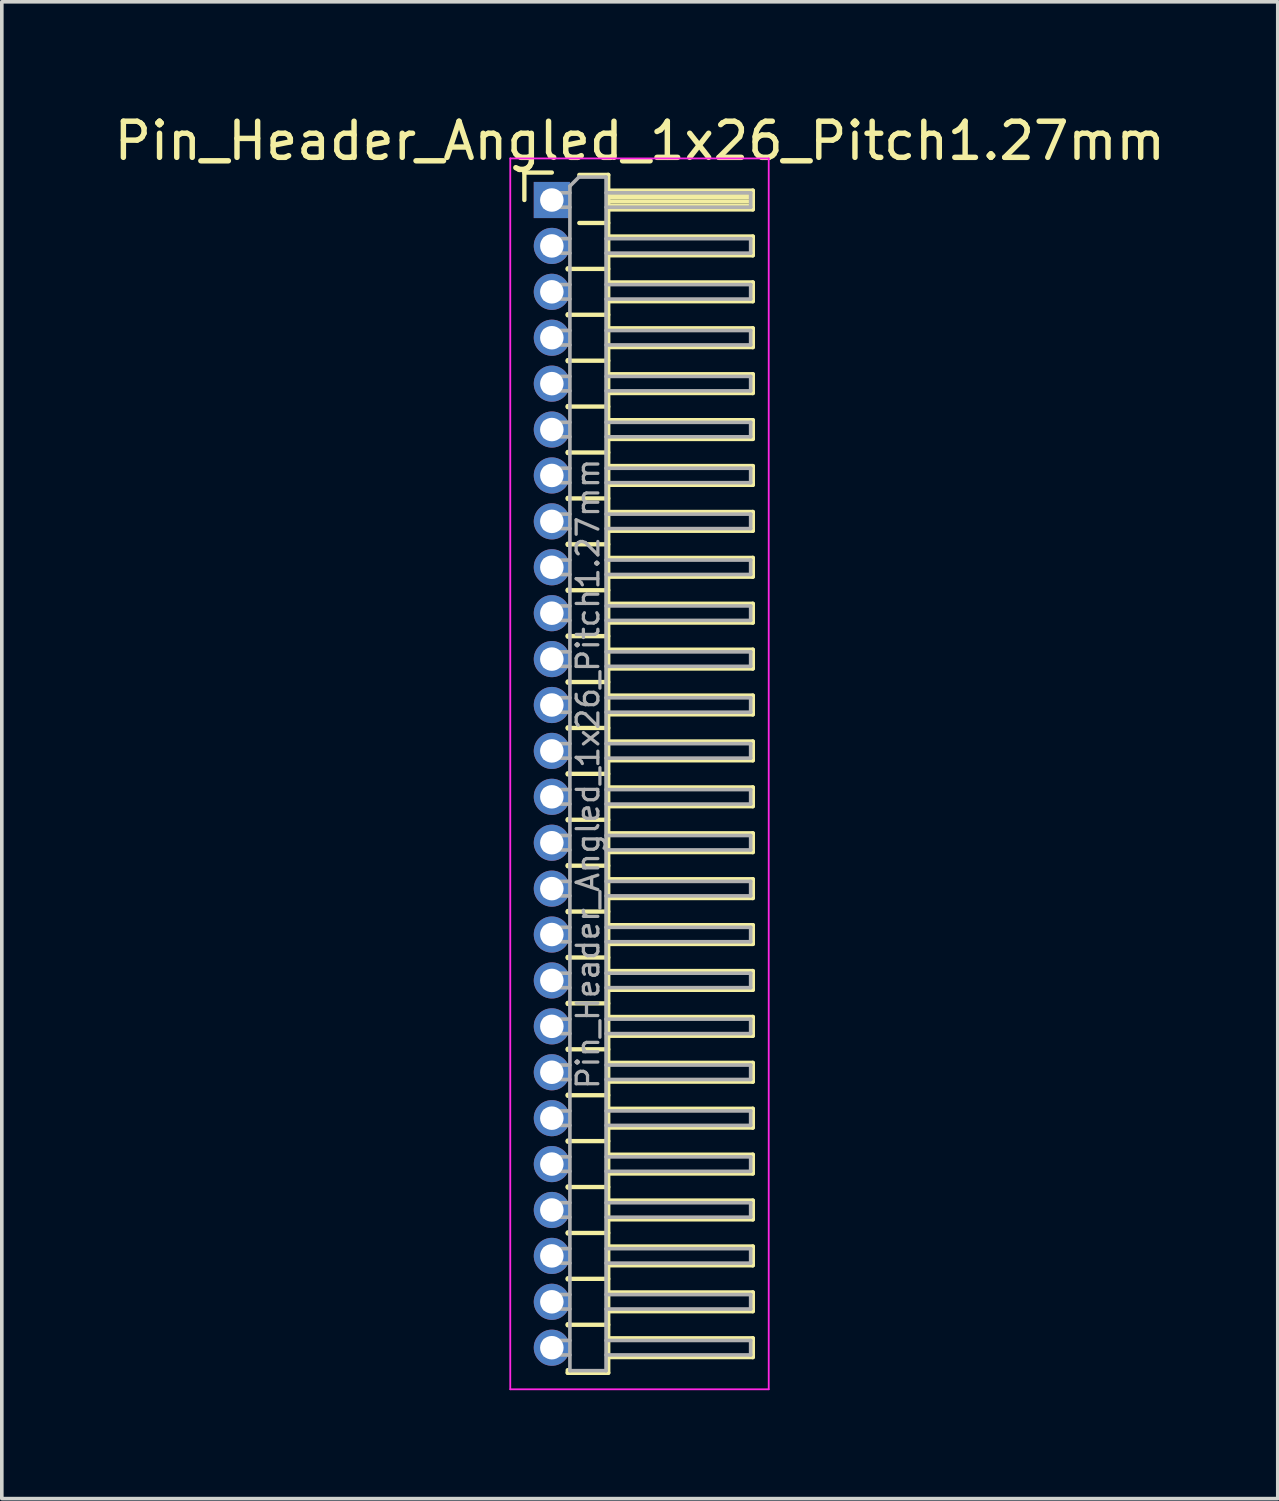
<source format=kicad_pcb>
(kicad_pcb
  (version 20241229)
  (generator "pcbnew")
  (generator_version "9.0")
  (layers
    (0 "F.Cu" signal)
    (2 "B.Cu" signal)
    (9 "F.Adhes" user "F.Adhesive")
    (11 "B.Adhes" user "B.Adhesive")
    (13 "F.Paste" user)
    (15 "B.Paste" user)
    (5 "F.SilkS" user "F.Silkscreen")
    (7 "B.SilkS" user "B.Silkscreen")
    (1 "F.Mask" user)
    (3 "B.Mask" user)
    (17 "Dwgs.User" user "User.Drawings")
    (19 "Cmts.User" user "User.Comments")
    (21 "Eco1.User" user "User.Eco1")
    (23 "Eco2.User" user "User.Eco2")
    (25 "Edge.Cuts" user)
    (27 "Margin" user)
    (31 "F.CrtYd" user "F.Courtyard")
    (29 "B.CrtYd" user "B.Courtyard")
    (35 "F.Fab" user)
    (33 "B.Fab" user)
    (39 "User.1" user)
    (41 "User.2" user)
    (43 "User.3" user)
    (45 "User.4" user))
  (footprint "Pin_Header_Angled_1x26_Pitch1.27mm"
    (layer "F.Cu")
    (at 12.216 2.483)
    (property "Reference" "Pin_Header_Angled_1x26_Pitch1.27mm" (at 2.433 -1.635 0) (layer "F.SilkS") (effects (font (size 1 1) (thickness 0.15))))
    (attr through_hole)
    (fp_line (start -0.76 -0.76) (end 0 -0.76) (stroke (width 0.12) (type solid)) (layer "F.SilkS"))
    (fp_line (start -0.76 0) (end -0.76 -0.76) (stroke (width 0.12) (type solid)) (layer "F.SilkS"))
    (fp_line (start 0.44 1.89) (end 0.44 1.92) (stroke (width 0.12) (type solid)) (layer "F.SilkS"))
    (fp_line (start 0.44 1.905) (end 1.56 1.905) (stroke (width 0.12) (type solid)) (layer "F.SilkS"))
    (fp_line (start 0.44 3.16) (end 0.44 3.19) (stroke (width 0.12) (type solid)) (layer "F.SilkS"))
    (fp_line (start 0.44 3.175) (end 1.56 3.175) (stroke (width 0.12) (type solid)) (layer "F.SilkS"))
    (fp_line (start 0.44 4.43) (end 0.44 4.46) (stroke (width 0.12) (type solid)) (layer "F.SilkS"))
    (fp_line (start 0.44 4.445) (end 1.56 4.445) (stroke (width 0.12) (type solid)) (layer "F.SilkS"))
    (fp_line (start 0.44 5.7) (end 0.44 5.73) (stroke (width 0.12) (type solid)) (layer "F.SilkS"))
    (fp_line (start 0.44 5.715) (end 1.56 5.715) (stroke (width 0.12) (type solid)) (layer "F.SilkS"))
    (fp_line (start 0.44 6.97) (end 0.44 7) (stroke (width 0.12) (type solid)) (layer "F.SilkS"))
    (fp_line (start 0.44 6.985) (end 1.56 6.985) (stroke (width 0.12) (type solid)) (layer "F.SilkS"))
    (fp_line (start 0.44 8.24) (end 0.44 8.27) (stroke (width 0.12) (type solid)) (layer "F.SilkS"))
    (fp_line (start 0.44 8.255) (end 1.56 8.255) (stroke (width 0.12) (type solid)) (layer "F.SilkS"))
    (fp_line (start 0.44 9.51) (end 0.44 9.54) (stroke (width 0.12) (type solid)) (layer "F.SilkS"))
    (fp_line (start 0.44 9.525) (end 1.56 9.525) (stroke (width 0.12) (type solid)) (layer "F.SilkS"))
    (fp_line (start 0.44 10.78) (end 0.44 10.81) (stroke (width 0.12) (type solid)) (layer "F.SilkS"))
    (fp_line (start 0.44 10.795) (end 1.56 10.795) (stroke (width 0.12) (type solid)) (layer "F.SilkS"))
    (fp_line (start 0.44 12.05) (end 0.44 12.08) (stroke (width 0.12) (type solid)) (layer "F.SilkS"))
    (fp_line (start 0.44 12.065) (end 1.56 12.065) (stroke (width 0.12) (type solid)) (layer "F.SilkS"))
    (fp_line (start 0.44 13.32) (end 0.44 13.35) (stroke (width 0.12) (type solid)) (layer "F.SilkS"))
    (fp_line (start 0.44 13.335) (end 1.56 13.335) (stroke (width 0.12) (type solid)) (layer "F.SilkS"))
    (fp_line (start 0.44 14.59) (end 0.44 14.62) (stroke (width 0.12) (type solid)) (layer "F.SilkS"))
    (fp_line (start 0.44 14.605) (end 1.56 14.605) (stroke (width 0.12) (type solid)) (layer "F.SilkS"))
    (fp_line (start 0.44 15.86) (end 0.44 15.89) (stroke (width 0.12) (type solid)) (layer "F.SilkS"))
    (fp_line (start 0.44 15.875) (end 1.56 15.875) (stroke (width 0.12) (type solid)) (layer "F.SilkS"))
    (fp_line (start 0.44 17.13) (end 0.44 17.16) (stroke (width 0.12) (type solid)) (layer "F.SilkS"))
    (fp_line (start 0.44 17.145) (end 1.56 17.145) (stroke (width 0.12) (type solid)) (layer "F.SilkS"))
    (fp_line (start 0.44 18.4) (end 0.44 18.43) (stroke (width 0.12) (type solid)) (layer "F.SilkS"))
    (fp_line (start 0.44 18.415) (end 1.56 18.415) (stroke (width 0.12) (type solid)) (layer "F.SilkS"))
    (fp_line (start 0.44 19.67) (end 0.44 19.7) (stroke (width 0.12) (type solid)) (layer "F.SilkS"))
    (fp_line (start 0.44 19.685) (end 1.56 19.685) (stroke (width 0.12) (type solid)) (layer "F.SilkS"))
    (fp_line (start 0.44 20.94) (end 0.44 20.97) (stroke (width 0.12) (type solid)) (layer "F.SilkS"))
    (fp_line (start 0.44 20.955) (end 1.56 20.955) (stroke (width 0.12) (type solid)) (layer "F.SilkS"))
    (fp_line (start 0.44 22.21) (end 0.44 22.24) (stroke (width 0.12) (type solid)) (layer "F.SilkS"))
    (fp_line (start 0.44 22.225) (end 1.56 22.225) (stroke (width 0.12) (type solid)) (layer "F.SilkS"))
    (fp_line (start 0.44 23.48) (end 0.44 23.51) (stroke (width 0.12) (type solid)) (layer "F.SilkS"))
    (fp_line (start 0.44 23.495) (end 1.56 23.495) (stroke (width 0.12) (type solid)) (layer "F.SilkS"))
    (fp_line (start 0.44 24.75) (end 0.44 24.78) (stroke (width 0.12) (type solid)) (layer "F.SilkS"))
    (fp_line (start 0.44 24.765) (end 1.56 24.765) (stroke (width 0.12) (type solid)) (layer "F.SilkS"))
    (fp_line (start 0.44 26.02) (end 0.44 26.05) (stroke (width 0.12) (type solid)) (layer "F.SilkS"))
    (fp_line (start 0.44 26.035) (end 1.56 26.035) (stroke (width 0.12) (type solid)) (layer "F.SilkS"))
    (fp_line (start 0.44 27.29) (end 0.44 27.32) (stroke (width 0.12) (type solid)) (layer "F.SilkS"))
    (fp_line (start 0.44 27.305) (end 1.56 27.305) (stroke (width 0.12) (type solid)) (layer "F.SilkS"))
    (fp_line (start 0.44 28.56) (end 0.44 28.59) (stroke (width 0.12) (type solid)) (layer "F.SilkS"))
    (fp_line (start 0.44 28.575) (end 1.56 28.575) (stroke (width 0.12) (type solid)) (layer "F.SilkS"))
    (fp_line (start 0.44 29.83) (end 0.44 29.86) (stroke (width 0.12) (type solid)) (layer "F.SilkS"))
    (fp_line (start 0.44 29.845) (end 1.56 29.845) (stroke (width 0.12) (type solid)) (layer "F.SilkS"))
    (fp_line (start 0.44 31.1) (end 0.44 31.13) (stroke (width 0.12) (type solid)) (layer "F.SilkS"))
    (fp_line (start 0.44 31.115) (end 1.56 31.115) (stroke (width 0.12) (type solid)) (layer "F.SilkS"))
    (fp_line (start 0.44 32.445) (end 0.44 32.37) (stroke (width 0.12) (type solid)) (layer "F.SilkS"))
    (fp_line (start 0.76 -0.695) (end 1.56 -0.695) (stroke (width 0.12) (type solid)) (layer "F.SilkS"))
    (fp_line (start 0.76 0.635) (end 1.56 0.635) (stroke (width 0.12) (type solid)) (layer "F.SilkS"))
    (fp_line (start 1.56 -0.695) (end 1.56 32.445) (stroke (width 0.12) (type solid)) (layer "F.SilkS"))
    (fp_line (start 1.56 -0.26) (end 5.56 -0.26) (stroke (width 0.12) (type solid)) (layer "F.SilkS"))
    (fp_line (start 1.56 -0.2) (end 5.56 -0.2) (stroke (width 0.12) (type solid)) (layer "F.SilkS"))
    (fp_line (start 1.56 -0.08) (end 5.56 -0.08) (stroke (width 0.12) (type solid)) (layer "F.SilkS"))
    (fp_line (start 1.56 0.04) (end 5.56 0.04) (stroke (width 0.12) (type solid)) (layer "F.SilkS"))
    (fp_line (start 1.56 0.16) (end 5.56 0.16) (stroke (width 0.12) (type solid)) (layer "F.SilkS"))
    (fp_line (start 1.56 1.01) (end 5.56 1.01) (stroke (width 0.12) (type solid)) (layer "F.SilkS"))
    (fp_line (start 1.56 2.28) (end 5.56 2.28) (stroke (width 0.12) (type solid)) (layer "F.SilkS"))
    (fp_line (start 1.56 3.55) (end 5.56 3.55) (stroke (width 0.12) (type solid)) (layer "F.SilkS"))
    (fp_line (start 1.56 4.82) (end 5.56 4.82) (stroke (width 0.12) (type solid)) (layer "F.SilkS"))
    (fp_line (start 1.56 6.09) (end 5.56 6.09) (stroke (width 0.12) (type solid)) (layer "F.SilkS"))
    (fp_line (start 1.56 7.36) (end 5.56 7.36) (stroke (width 0.12) (type solid)) (layer "F.SilkS"))
    (fp_line (start 1.56 8.63) (end 5.56 8.63) (stroke (width 0.12) (type solid)) (layer "F.SilkS"))
    (fp_line (start 1.56 9.9) (end 5.56 9.9) (stroke (width 0.12) (type solid)) (layer "F.SilkS"))
    (fp_line (start 1.56 11.17) (end 5.56 11.17) (stroke (width 0.12) (type solid)) (layer "F.SilkS"))
    (fp_line (start 1.56 12.44) (end 5.56 12.44) (stroke (width 0.12) (type solid)) (layer "F.SilkS"))
    (fp_line (start 1.56 13.71) (end 5.56 13.71) (stroke (width 0.12) (type solid)) (layer "F.SilkS"))
    (fp_line (start 1.56 14.98) (end 5.56 14.98) (stroke (width 0.12) (type solid)) (layer "F.SilkS"))
    (fp_line (start 1.56 16.25) (end 5.56 16.25) (stroke (width 0.12) (type solid)) (layer "F.SilkS"))
    (fp_line (start 1.56 17.52) (end 5.56 17.52) (stroke (width 0.12) (type solid)) (layer "F.SilkS"))
    (fp_line (start 1.56 18.79) (end 5.56 18.79) (stroke (width 0.12) (type solid)) (layer "F.SilkS"))
    (fp_line (start 1.56 20.06) (end 5.56 20.06) (stroke (width 0.12) (type solid)) (layer "F.SilkS"))
    (fp_line (start 1.56 21.33) (end 5.56 21.33) (stroke (width 0.12) (type solid)) (layer "F.SilkS"))
    (fp_line (start 1.56 22.6) (end 5.56 22.6) (stroke (width 0.12) (type solid)) (layer "F.SilkS"))
    (fp_line (start 1.56 23.87) (end 5.56 23.87) (stroke (width 0.12) (type solid)) (layer "F.SilkS"))
    (fp_line (start 1.56 25.14) (end 5.56 25.14) (stroke (width 0.12) (type solid)) (layer "F.SilkS"))
    (fp_line (start 1.56 26.41) (end 5.56 26.41) (stroke (width 0.12) (type solid)) (layer "F.SilkS"))
    (fp_line (start 1.56 27.68) (end 5.56 27.68) (stroke (width 0.12) (type solid)) (layer "F.SilkS"))
    (fp_line (start 1.56 28.95) (end 5.56 28.95) (stroke (width 0.12) (type solid)) (layer "F.SilkS"))
    (fp_line (start 1.56 30.22) (end 5.56 30.22) (stroke (width 0.12) (type solid)) (layer "F.SilkS"))
    (fp_line (start 1.56 31.49) (end 5.56 31.49) (stroke (width 0.12) (type solid)) (layer "F.SilkS"))
    (fp_line (start 1.56 32.445) (end 0.44 32.445) (stroke (width 0.12) (type solid)) (layer "F.SilkS"))
    (fp_line (start 5.56 -0.26) (end 5.56 0.26) (stroke (width 0.12) (type solid)) (layer "F.SilkS"))
    (fp_line (start 5.56 0.26) (end 1.56 0.26) (stroke (width 0.12) (type solid)) (layer "F.SilkS"))
    (fp_line (start 5.56 1.01) (end 5.56 1.53) (stroke (width 0.12) (type solid)) (layer "F.SilkS"))
    (fp_line (start 5.56 1.53) (end 1.56 1.53) (stroke (width 0.12) (type solid)) (layer "F.SilkS"))
    (fp_line (start 5.56 2.28) (end 5.56 2.8) (stroke (width 0.12) (type solid)) (layer "F.SilkS"))
    (fp_line (start 5.56 2.8) (end 1.56 2.8) (stroke (width 0.12) (type solid)) (layer "F.SilkS"))
    (fp_line (start 5.56 3.55) (end 5.56 4.07) (stroke (width 0.12) (type solid)) (layer "F.SilkS"))
    (fp_line (start 5.56 4.07) (end 1.56 4.07) (stroke (width 0.12) (type solid)) (layer "F.SilkS"))
    (fp_line (start 5.56 4.82) (end 5.56 5.34) (stroke (width 0.12) (type solid)) (layer "F.SilkS"))
    (fp_line (start 5.56 5.34) (end 1.56 5.34) (stroke (width 0.12) (type solid)) (layer "F.SilkS"))
    (fp_line (start 5.56 6.09) (end 5.56 6.61) (stroke (width 0.12) (type solid)) (layer "F.SilkS"))
    (fp_line (start 5.56 6.61) (end 1.56 6.61) (stroke (width 0.12) (type solid)) (layer "F.SilkS"))
    (fp_line (start 5.56 7.36) (end 5.56 7.88) (stroke (width 0.12) (type solid)) (layer "F.SilkS"))
    (fp_line (start 5.56 7.88) (end 1.56 7.88) (stroke (width 0.12) (type solid)) (layer "F.SilkS"))
    (fp_line (start 5.56 8.63) (end 5.56 9.15) (stroke (width 0.12) (type solid)) (layer "F.SilkS"))
    (fp_line (start 5.56 9.15) (end 1.56 9.15) (stroke (width 0.12) (type solid)) (layer "F.SilkS"))
    (fp_line (start 5.56 9.9) (end 5.56 10.42) (stroke (width 0.12) (type solid)) (layer "F.SilkS"))
    (fp_line (start 5.56 10.42) (end 1.56 10.42) (stroke (width 0.12) (type solid)) (layer "F.SilkS"))
    (fp_line (start 5.56 11.17) (end 5.56 11.69) (stroke (width 0.12) (type solid)) (layer "F.SilkS"))
    (fp_line (start 5.56 11.69) (end 1.56 11.69) (stroke (width 0.12) (type solid)) (layer "F.SilkS"))
    (fp_line (start 5.56 12.44) (end 5.56 12.96) (stroke (width 0.12) (type solid)) (layer "F.SilkS"))
    (fp_line (start 5.56 12.96) (end 1.56 12.96) (stroke (width 0.12) (type solid)) (layer "F.SilkS"))
    (fp_line (start 5.56 13.71) (end 5.56 14.23) (stroke (width 0.12) (type solid)) (layer "F.SilkS"))
    (fp_line (start 5.56 14.23) (end 1.56 14.23) (stroke (width 0.12) (type solid)) (layer "F.SilkS"))
    (fp_line (start 5.56 14.98) (end 5.56 15.5) (stroke (width 0.12) (type solid)) (layer "F.SilkS"))
    (fp_line (start 5.56 15.5) (end 1.56 15.5) (stroke (width 0.12) (type solid)) (layer "F.SilkS"))
    (fp_line (start 5.56 16.25) (end 5.56 16.77) (stroke (width 0.12) (type solid)) (layer "F.SilkS"))
    (fp_line (start 5.56 16.77) (end 1.56 16.77) (stroke (width 0.12) (type solid)) (layer "F.SilkS"))
    (fp_line (start 5.56 17.52) (end 5.56 18.04) (stroke (width 0.12) (type solid)) (layer "F.SilkS"))
    (fp_line (start 5.56 18.04) (end 1.56 18.04) (stroke (width 0.12) (type solid)) (layer "F.SilkS"))
    (fp_line (start 5.56 18.79) (end 5.56 19.31) (stroke (width 0.12) (type solid)) (layer "F.SilkS"))
    (fp_line (start 5.56 19.31) (end 1.56 19.31) (stroke (width 0.12) (type solid)) (layer "F.SilkS"))
    (fp_line (start 5.56 20.06) (end 5.56 20.58) (stroke (width 0.12) (type solid)) (layer "F.SilkS"))
    (fp_line (start 5.56 20.58) (end 1.56 20.58) (stroke (width 0.12) (type solid)) (layer "F.SilkS"))
    (fp_line (start 5.56 21.33) (end 5.56 21.85) (stroke (width 0.12) (type solid)) (layer "F.SilkS"))
    (fp_line (start 5.56 21.85) (end 1.56 21.85) (stroke (width 0.12) (type solid)) (layer "F.SilkS"))
    (fp_line (start 5.56 22.6) (end 5.56 23.12) (stroke (width 0.12) (type solid)) (layer "F.SilkS"))
    (fp_line (start 5.56 23.12) (end 1.56 23.12) (stroke (width 0.12) (type solid)) (layer "F.SilkS"))
    (fp_line (start 5.56 23.87) (end 5.56 24.39) (stroke (width 0.12) (type solid)) (layer "F.SilkS"))
    (fp_line (start 5.56 24.39) (end 1.56 24.39) (stroke (width 0.12) (type solid)) (layer "F.SilkS"))
    (fp_line (start 5.56 25.14) (end 5.56 25.66) (stroke (width 0.12) (type solid)) (layer "F.SilkS"))
    (fp_line (start 5.56 25.66) (end 1.56 25.66) (stroke (width 0.12) (type solid)) (layer "F.SilkS"))
    (fp_line (start 5.56 26.41) (end 5.56 26.93) (stroke (width 0.12) (type solid)) (layer "F.SilkS"))
    (fp_line (start 5.56 26.93) (end 1.56 26.93) (stroke (width 0.12) (type solid)) (layer "F.SilkS"))
    (fp_line (start 5.56 27.68) (end 5.56 28.2) (stroke (width 0.12) (type solid)) (layer "F.SilkS"))
    (fp_line (start 5.56 28.2) (end 1.56 28.2) (stroke (width 0.12) (type solid)) (layer "F.SilkS"))
    (fp_line (start 5.56 28.95) (end 5.56 29.47) (stroke (width 0.12) (type solid)) (layer "F.SilkS"))
    (fp_line (start 5.56 29.47) (end 1.56 29.47) (stroke (width 0.12) (type solid)) (layer "F.SilkS"))
    (fp_line (start 5.56 30.22) (end 5.56 30.74) (stroke (width 0.12) (type solid)) (layer "F.SilkS"))
    (fp_line (start 5.56 30.74) (end 1.56 30.74) (stroke (width 0.12) (type solid)) (layer "F.SilkS"))
    (fp_line (start 5.56 31.49) (end 5.56 32.01) (stroke (width 0.12) (type solid)) (layer "F.SilkS"))
    (fp_line (start 5.56 32.01) (end 1.56 32.01) (stroke (width 0.12) (type solid)) (layer "F.SilkS"))
    (fp_line (start -1.15 -1.15) (end -1.15 32.9) (stroke (width 0.05) (type solid)) (layer "F.CrtYd"))
    (fp_line (start -1.15 32.9) (end 6 32.9) (stroke (width 0.05) (type solid)) (layer "F.CrtYd"))
    (fp_line (start 6 -1.15) (end -1.15 -1.15) (stroke (width 0.05) (type solid)) (layer "F.CrtYd"))
    (fp_line (start 6 32.9) (end 6 -1.15) (stroke (width 0.05) (type solid)) (layer "F.CrtYd"))
    (fp_line (start -0.2 -0.2) (end -0.2 0.2) (stroke (width 0.1) (type solid)) (layer "F.Fab"))
    (fp_line (start -0.2 -0.2) (end 0.5 -0.2) (stroke (width 0.1) (type solid)) (layer "F.Fab"))
    (fp_line (start -0.2 0.2) (end 0.5 0.2) (stroke (width 0.1) (type solid)) (layer "F.Fab"))
    (fp_line (start -0.2 1.07) (end -0.2 1.47) (stroke (width 0.1) (type solid)) (layer "F.Fab"))
    (fp_line (start -0.2 1.07) (end 0.5 1.07) (stroke (width 0.1) (type solid)) (layer "F.Fab"))
    (fp_line (start -0.2 1.47) (end 0.5 1.47) (stroke (width 0.1) (type solid)) (layer "F.Fab"))
    (fp_line (start -0.2 2.34) (end -0.2 2.74) (stroke (width 0.1) (type solid)) (layer "F.Fab"))
    (fp_line (start -0.2 2.34) (end 0.5 2.34) (stroke (width 0.1) (type solid)) (layer "F.Fab"))
    (fp_line (start -0.2 2.74) (end 0.5 2.74) (stroke (width 0.1) (type solid)) (layer "F.Fab"))
    (fp_line (start -0.2 3.61) (end -0.2 4.01) (stroke (width 0.1) (type solid)) (layer "F.Fab"))
    (fp_line (start -0.2 3.61) (end 0.5 3.61) (stroke (width 0.1) (type solid)) (layer "F.Fab"))
    (fp_line (start -0.2 4.01) (end 0.5 4.01) (stroke (width 0.1) (type solid)) (layer "F.Fab"))
    (fp_line (start -0.2 4.88) (end -0.2 5.28) (stroke (width 0.1) (type solid)) (layer "F.Fab"))
    (fp_line (start -0.2 4.88) (end 0.5 4.88) (stroke (width 0.1) (type solid)) (layer "F.Fab"))
    (fp_line (start -0.2 5.28) (end 0.5 5.28) (stroke (width 0.1) (type solid)) (layer "F.Fab"))
    (fp_line (start -0.2 6.15) (end -0.2 6.55) (stroke (width 0.1) (type solid)) (layer "F.Fab"))
    (fp_line (start -0.2 6.15) (end 0.5 6.15) (stroke (width 0.1) (type solid)) (layer "F.Fab"))
    (fp_line (start -0.2 6.55) (end 0.5 6.55) (stroke (width 0.1) (type solid)) (layer "F.Fab"))
    (fp_line (start -0.2 7.42) (end -0.2 7.82) (stroke (width 0.1) (type solid)) (layer "F.Fab"))
    (fp_line (start -0.2 7.42) (end 0.5 7.42) (stroke (width 0.1) (type solid)) (layer "F.Fab"))
    (fp_line (start -0.2 7.82) (end 0.5 7.82) (stroke (width 0.1) (type solid)) (layer "F.Fab"))
    (fp_line (start -0.2 8.69) (end -0.2 9.09) (stroke (width 0.1) (type solid)) (layer "F.Fab"))
    (fp_line (start -0.2 8.69) (end 0.5 8.69) (stroke (width 0.1) (type solid)) (layer "F.Fab"))
    (fp_line (start -0.2 9.09) (end 0.5 9.09) (stroke (width 0.1) (type solid)) (layer "F.Fab"))
    (fp_line (start -0.2 9.96) (end -0.2 10.36) (stroke (width 0.1) (type solid)) (layer "F.Fab"))
    (fp_line (start -0.2 9.96) (end 0.5 9.96) (stroke (width 0.1) (type solid)) (layer "F.Fab"))
    (fp_line (start -0.2 10.36) (end 0.5 10.36) (stroke (width 0.1) (type solid)) (layer "F.Fab"))
    (fp_line (start -0.2 11.23) (end -0.2 11.63) (stroke (width 0.1) (type solid)) (layer "F.Fab"))
    (fp_line (start -0.2 11.23) (end 0.5 11.23) (stroke (width 0.1) (type solid)) (layer "F.Fab"))
    (fp_line (start -0.2 11.63) (end 0.5 11.63) (stroke (width 0.1) (type solid)) (layer "F.Fab"))
    (fp_line (start -0.2 12.5) (end -0.2 12.9) (stroke (width 0.1) (type solid)) (layer "F.Fab"))
    (fp_line (start -0.2 12.5) (end 0.5 12.5) (stroke (width 0.1) (type solid)) (layer "F.Fab"))
    (fp_line (start -0.2 12.9) (end 0.5 12.9) (stroke (width 0.1) (type solid)) (layer "F.Fab"))
    (fp_line (start -0.2 13.77) (end -0.2 14.17) (stroke (width 0.1) (type solid)) (layer "F.Fab"))
    (fp_line (start -0.2 13.77) (end 0.5 13.77) (stroke (width 0.1) (type solid)) (layer "F.Fab"))
    (fp_line (start -0.2 14.17) (end 0.5 14.17) (stroke (width 0.1) (type solid)) (layer "F.Fab"))
    (fp_line (start -0.2 15.04) (end -0.2 15.44) (stroke (width 0.1) (type solid)) (layer "F.Fab"))
    (fp_line (start -0.2 15.04) (end 0.5 15.04) (stroke (width 0.1) (type solid)) (layer "F.Fab"))
    (fp_line (start -0.2 15.44) (end 0.5 15.44) (stroke (width 0.1) (type solid)) (layer "F.Fab"))
    (fp_line (start -0.2 16.31) (end -0.2 16.71) (stroke (width 0.1) (type solid)) (layer "F.Fab"))
    (fp_line (start -0.2 16.31) (end 0.5 16.31) (stroke (width 0.1) (type solid)) (layer "F.Fab"))
    (fp_line (start -0.2 16.71) (end 0.5 16.71) (stroke (width 0.1) (type solid)) (layer "F.Fab"))
    (fp_line (start -0.2 17.58) (end -0.2 17.98) (stroke (width 0.1) (type solid)) (layer "F.Fab"))
    (fp_line (start -0.2 17.58) (end 0.5 17.58) (stroke (width 0.1) (type solid)) (layer "F.Fab"))
    (fp_line (start -0.2 17.98) (end 0.5 17.98) (stroke (width 0.1) (type solid)) (layer "F.Fab"))
    (fp_line (start -0.2 18.85) (end -0.2 19.25) (stroke (width 0.1) (type solid)) (layer "F.Fab"))
    (fp_line (start -0.2 18.85) (end 0.5 18.85) (stroke (width 0.1) (type solid)) (layer "F.Fab"))
    (fp_line (start -0.2 19.25) (end 0.5 19.25) (stroke (width 0.1) (type solid)) (layer "F.Fab"))
    (fp_line (start -0.2 20.12) (end -0.2 20.52) (stroke (width 0.1) (type solid)) (layer "F.Fab"))
    (fp_line (start -0.2 20.12) (end 0.5 20.12) (stroke (width 0.1) (type solid)) (layer "F.Fab"))
    (fp_line (start -0.2 20.52) (end 0.5 20.52) (stroke (width 0.1) (type solid)) (layer "F.Fab"))
    (fp_line (start -0.2 21.39) (end -0.2 21.79) (stroke (width 0.1) (type solid)) (layer "F.Fab"))
    (fp_line (start -0.2 21.39) (end 0.5 21.39) (stroke (width 0.1) (type solid)) (layer "F.Fab"))
    (fp_line (start -0.2 21.79) (end 0.5 21.79) (stroke (width 0.1) (type solid)) (layer "F.Fab"))
    (fp_line (start -0.2 22.66) (end -0.2 23.06) (stroke (width 0.1) (type solid)) (layer "F.Fab"))
    (fp_line (start -0.2 22.66) (end 0.5 22.66) (stroke (width 0.1) (type solid)) (layer "F.Fab"))
    (fp_line (start -0.2 23.06) (end 0.5 23.06) (stroke (width 0.1) (type solid)) (layer "F.Fab"))
    (fp_line (start -0.2 23.93) (end -0.2 24.33) (stroke (width 0.1) (type solid)) (layer "F.Fab"))
    (fp_line (start -0.2 23.93) (end 0.5 23.93) (stroke (width 0.1) (type solid)) (layer "F.Fab"))
    (fp_line (start -0.2 24.33) (end 0.5 24.33) (stroke (width 0.1) (type solid)) (layer "F.Fab"))
    (fp_line (start -0.2 25.2) (end -0.2 25.6) (stroke (width 0.1) (type solid)) (layer "F.Fab"))
    (fp_line (start -0.2 25.2) (end 0.5 25.2) (stroke (width 0.1) (type solid)) (layer "F.Fab"))
    (fp_line (start -0.2 25.6) (end 0.5 25.6) (stroke (width 0.1) (type solid)) (layer "F.Fab"))
    (fp_line (start -0.2 26.47) (end -0.2 26.87) (stroke (width 0.1) (type solid)) (layer "F.Fab"))
    (fp_line (start -0.2 26.47) (end 0.5 26.47) (stroke (width 0.1) (type solid)) (layer "F.Fab"))
    (fp_line (start -0.2 26.87) (end 0.5 26.87) (stroke (width 0.1) (type solid)) (layer "F.Fab"))
    (fp_line (start -0.2 27.74) (end -0.2 28.14) (stroke (width 0.1) (type solid)) (layer "F.Fab"))
    (fp_line (start -0.2 27.74) (end 0.5 27.74) (stroke (width 0.1) (type solid)) (layer "F.Fab"))
    (fp_line (start -0.2 28.14) (end 0.5 28.14) (stroke (width 0.1) (type solid)) (layer "F.Fab"))
    (fp_line (start -0.2 29.01) (end -0.2 29.41) (stroke (width 0.1) (type solid)) (layer "F.Fab"))
    (fp_line (start -0.2 29.01) (end 0.5 29.01) (stroke (width 0.1) (type solid)) (layer "F.Fab"))
    (fp_line (start -0.2 29.41) (end 0.5 29.41) (stroke (width 0.1) (type solid)) (layer "F.Fab"))
    (fp_line (start -0.2 30.28) (end -0.2 30.68) (stroke (width 0.1) (type solid)) (layer "F.Fab"))
    (fp_line (start -0.2 30.28) (end 0.5 30.28) (stroke (width 0.1) (type solid)) (layer "F.Fab"))
    (fp_line (start -0.2 30.68) (end 0.5 30.68) (stroke (width 0.1) (type solid)) (layer "F.Fab"))
    (fp_line (start -0.2 31.55) (end -0.2 31.95) (stroke (width 0.1) (type solid)) (layer "F.Fab"))
    (fp_line (start -0.2 31.55) (end 0.5 31.55) (stroke (width 0.1) (type solid)) (layer "F.Fab"))
    (fp_line (start -0.2 31.95) (end 0.5 31.95) (stroke (width 0.1) (type solid)) (layer "F.Fab"))
    (fp_line (start 0.5 -0.385) (end 0.75 -0.635) (stroke (width 0.1) (type solid)) (layer "F.Fab"))
    (fp_line (start 0.5 32.385) (end 0.5 -0.385) (stroke (width 0.1) (type solid)) (layer "F.Fab"))
    (fp_line (start 0.75 -0.635) (end 1.5 -0.635) (stroke (width 0.1) (type solid)) (layer "F.Fab"))
    (fp_line (start 1.5 -0.635) (end 1.5 32.385) (stroke (width 0.1) (type solid)) (layer "F.Fab"))
    (fp_line (start 1.5 -0.2) (end 5.5 -0.2) (stroke (width 0.1) (type solid)) (layer "F.Fab"))
    (fp_line (start 1.5 0.2) (end 5.5 0.2) (stroke (width 0.1) (type solid)) (layer "F.Fab"))
    (fp_line (start 1.5 1.07) (end 5.5 1.07) (stroke (width 0.1) (type solid)) (layer "F.Fab"))
    (fp_line (start 1.5 1.47) (end 5.5 1.47) (stroke (width 0.1) (type solid)) (layer "F.Fab"))
    (fp_line (start 1.5 2.34) (end 5.5 2.34) (stroke (width 0.1) (type solid)) (layer "F.Fab"))
    (fp_line (start 1.5 2.74) (end 5.5 2.74) (stroke (width 0.1) (type solid)) (layer "F.Fab"))
    (fp_line (start 1.5 3.61) (end 5.5 3.61) (stroke (width 0.1) (type solid)) (layer "F.Fab"))
    (fp_line (start 1.5 4.01) (end 5.5 4.01) (stroke (width 0.1) (type solid)) (layer "F.Fab"))
    (fp_line (start 1.5 4.88) (end 5.5 4.88) (stroke (width 0.1) (type solid)) (layer "F.Fab"))
    (fp_line (start 1.5 5.28) (end 5.5 5.28) (stroke (width 0.1) (type solid)) (layer "F.Fab"))
    (fp_line (start 1.5 6.15) (end 5.5 6.15) (stroke (width 0.1) (type solid)) (layer "F.Fab"))
    (fp_line (start 1.5 6.55) (end 5.5 6.55) (stroke (width 0.1) (type solid)) (layer "F.Fab"))
    (fp_line (start 1.5 7.42) (end 5.5 7.42) (stroke (width 0.1) (type solid)) (layer "F.Fab"))
    (fp_line (start 1.5 7.82) (end 5.5 7.82) (stroke (width 0.1) (type solid)) (layer "F.Fab"))
    (fp_line (start 1.5 8.69) (end 5.5 8.69) (stroke (width 0.1) (type solid)) (layer "F.Fab"))
    (fp_line (start 1.5 9.09) (end 5.5 9.09) (stroke (width 0.1) (type solid)) (layer "F.Fab"))
    (fp_line (start 1.5 9.96) (end 5.5 9.96) (stroke (width 0.1) (type solid)) (layer "F.Fab"))
    (fp_line (start 1.5 10.36) (end 5.5 10.36) (stroke (width 0.1) (type solid)) (layer "F.Fab"))
    (fp_line (start 1.5 11.23) (end 5.5 11.23) (stroke (width 0.1) (type solid)) (layer "F.Fab"))
    (fp_line (start 1.5 11.63) (end 5.5 11.63) (stroke (width 0.1) (type solid)) (layer "F.Fab"))
    (fp_line (start 1.5 12.5) (end 5.5 12.5) (stroke (width 0.1) (type solid)) (layer "F.Fab"))
    (fp_line (start 1.5 12.9) (end 5.5 12.9) (stroke (width 0.1) (type solid)) (layer "F.Fab"))
    (fp_line (start 1.5 13.77) (end 5.5 13.77) (stroke (width 0.1) (type solid)) (layer "F.Fab"))
    (fp_line (start 1.5 14.17) (end 5.5 14.17) (stroke (width 0.1) (type solid)) (layer "F.Fab"))
    (fp_line (start 1.5 15.04) (end 5.5 15.04) (stroke (width 0.1) (type solid)) (layer "F.Fab"))
    (fp_line (start 1.5 15.44) (end 5.5 15.44) (stroke (width 0.1) (type solid)) (layer "F.Fab"))
    (fp_line (start 1.5 16.31) (end 5.5 16.31) (stroke (width 0.1) (type solid)) (layer "F.Fab"))
    (fp_line (start 1.5 16.71) (end 5.5 16.71) (stroke (width 0.1) (type solid)) (layer "F.Fab"))
    (fp_line (start 1.5 17.58) (end 5.5 17.58) (stroke (width 0.1) (type solid)) (layer "F.Fab"))
    (fp_line (start 1.5 17.98) (end 5.5 17.98) (stroke (width 0.1) (type solid)) (layer "F.Fab"))
    (fp_line (start 1.5 18.85) (end 5.5 18.85) (stroke (width 0.1) (type solid)) (layer "F.Fab"))
    (fp_line (start 1.5 19.25) (end 5.5 19.25) (stroke (width 0.1) (type solid)) (layer "F.Fab"))
    (fp_line (start 1.5 20.12) (end 5.5 20.12) (stroke (width 0.1) (type solid)) (layer "F.Fab"))
    (fp_line (start 1.5 20.52) (end 5.5 20.52) (stroke (width 0.1) (type solid)) (layer "F.Fab"))
    (fp_line (start 1.5 21.39) (end 5.5 21.39) (stroke (width 0.1) (type solid)) (layer "F.Fab"))
    (fp_line (start 1.5 21.79) (end 5.5 21.79) (stroke (width 0.1) (type solid)) (layer "F.Fab"))
    (fp_line (start 1.5 22.66) (end 5.5 22.66) (stroke (width 0.1) (type solid)) (layer "F.Fab"))
    (fp_line (start 1.5 23.06) (end 5.5 23.06) (stroke (width 0.1) (type solid)) (layer "F.Fab"))
    (fp_line (start 1.5 23.93) (end 5.5 23.93) (stroke (width 0.1) (type solid)) (layer "F.Fab"))
    (fp_line (start 1.5 24.33) (end 5.5 24.33) (stroke (width 0.1) (type solid)) (layer "F.Fab"))
    (fp_line (start 1.5 25.2) (end 5.5 25.2) (stroke (width 0.1) (type solid)) (layer "F.Fab"))
    (fp_line (start 1.5 25.6) (end 5.5 25.6) (stroke (width 0.1) (type solid)) (layer "F.Fab"))
    (fp_line (start 1.5 26.47) (end 5.5 26.47) (stroke (width 0.1) (type solid)) (layer "F.Fab"))
    (fp_line (start 1.5 26.87) (end 5.5 26.87) (stroke (width 0.1) (type solid)) (layer "F.Fab"))
    (fp_line (start 1.5 27.74) (end 5.5 27.74) (stroke (width 0.1) (type solid)) (layer "F.Fab"))
    (fp_line (start 1.5 28.14) (end 5.5 28.14) (stroke (width 0.1) (type solid)) (layer "F.Fab"))
    (fp_line (start 1.5 29.01) (end 5.5 29.01) (stroke (width 0.1) (type solid)) (layer "F.Fab"))
    (fp_line (start 1.5 29.41) (end 5.5 29.41) (stroke (width 0.1) (type solid)) (layer "F.Fab"))
    (fp_line (start 1.5 30.28) (end 5.5 30.28) (stroke (width 0.1) (type solid)) (layer "F.Fab"))
    (fp_line (start 1.5 30.68) (end 5.5 30.68) (stroke (width 0.1) (type solid)) (layer "F.Fab"))
    (fp_line (start 1.5 31.55) (end 5.5 31.55) (stroke (width 0.1) (type solid)) (layer "F.Fab"))
    (fp_line (start 1.5 31.95) (end 5.5 31.95) (stroke (width 0.1) (type solid)) (layer "F.Fab"))
    (fp_line (start 1.5 32.385) (end 0.5 32.385) (stroke (width 0.1) (type solid)) (layer "F.Fab"))
    (fp_line (start 5.5 -0.2) (end 5.5 0.2) (stroke (width 0.1) (type solid)) (layer "F.Fab"))
    (fp_line (start 5.5 1.07) (end 5.5 1.47) (stroke (width 0.1) (type solid)) (layer "F.Fab"))
    (fp_line (start 5.5 2.34) (end 5.5 2.74) (stroke (width 0.1) (type solid)) (layer "F.Fab"))
    (fp_line (start 5.5 3.61) (end 5.5 4.01) (stroke (width 0.1) (type solid)) (layer "F.Fab"))
    (fp_line (start 5.5 4.88) (end 5.5 5.28) (stroke (width 0.1) (type solid)) (layer "F.Fab"))
    (fp_line (start 5.5 6.15) (end 5.5 6.55) (stroke (width 0.1) (type solid)) (layer "F.Fab"))
    (fp_line (start 5.5 7.42) (end 5.5 7.82) (stroke (width 0.1) (type solid)) (layer "F.Fab"))
    (fp_line (start 5.5 8.69) (end 5.5 9.09) (stroke (width 0.1) (type solid)) (layer "F.Fab"))
    (fp_line (start 5.5 9.96) (end 5.5 10.36) (stroke (width 0.1) (type solid)) (layer "F.Fab"))
    (fp_line (start 5.5 11.23) (end 5.5 11.63) (stroke (width 0.1) (type solid)) (layer "F.Fab"))
    (fp_line (start 5.5 12.5) (end 5.5 12.9) (stroke (width 0.1) (type solid)) (layer "F.Fab"))
    (fp_line (start 5.5 13.77) (end 5.5 14.17) (stroke (width 0.1) (type solid)) (layer "F.Fab"))
    (fp_line (start 5.5 15.04) (end 5.5 15.44) (stroke (width 0.1) (type solid)) (layer "F.Fab"))
    (fp_line (start 5.5 16.31) (end 5.5 16.71) (stroke (width 0.1) (type solid)) (layer "F.Fab"))
    (fp_line (start 5.5 17.58) (end 5.5 17.98) (stroke (width 0.1) (type solid)) (layer "F.Fab"))
    (fp_line (start 5.5 18.85) (end 5.5 19.25) (stroke (width 0.1) (type solid)) (layer "F.Fab"))
    (fp_line (start 5.5 20.12) (end 5.5 20.52) (stroke (width 0.1) (type solid)) (layer "F.Fab"))
    (fp_line (start 5.5 21.39) (end 5.5 21.79) (stroke (width 0.1) (type solid)) (layer "F.Fab"))
    (fp_line (start 5.5 22.66) (end 5.5 23.06) (stroke (width 0.1) (type solid)) (layer "F.Fab"))
    (fp_line (start 5.5 23.93) (end 5.5 24.33) (stroke (width 0.1) (type solid)) (layer "F.Fab"))
    (fp_line (start 5.5 25.2) (end 5.5 25.6) (stroke (width 0.1) (type solid)) (layer "F.Fab"))
    (fp_line (start 5.5 26.47) (end 5.5 26.87) (stroke (width 0.1) (type solid)) (layer "F.Fab"))
    (fp_line (start 5.5 27.74) (end 5.5 28.14) (stroke (width 0.1) (type solid)) (layer "F.Fab"))
    (fp_line (start 5.5 29.01) (end 5.5 29.41) (stroke (width 0.1) (type solid)) (layer "F.Fab"))
    (fp_line (start 5.5 30.28) (end 5.5 30.68) (stroke (width 0.1) (type solid)) (layer "F.Fab"))
    (fp_line (start 5.5 31.55) (end 5.5 31.95) (stroke (width 0.1) (type solid)) (layer "F.Fab"))
    (fp_text user "${REFERENCE}" (at 1 15.875 90) (layer "F.Fab") (effects (font (size 0.6 0.6) (thickness 0.09))))
    (pad "1" thru_hole rect (at 0 0) (size 1 1) (drill 0.65) (layers "*.Cu" "*.Mask"))
    (pad "2" thru_hole oval (at 0 1.27) (size 1 1) (drill 0.65) (layers "*.Cu" "*.Mask"))
    (pad "3" thru_hole oval (at 0 2.54) (size 1 1) (drill 0.65) (layers "*.Cu" "*.Mask"))
    (pad "4" thru_hole oval (at 0 3.81) (size 1 1) (drill 0.65) (layers "*.Cu" "*.Mask"))
    (pad "5" thru_hole oval (at 0 5.08) (size 1 1) (drill 0.65) (layers "*.Cu" "*.Mask"))
    (pad "6" thru_hole oval (at 0 6.35) (size 1 1) (drill 0.65) (layers "*.Cu" "*.Mask"))
    (pad "7" thru_hole oval (at 0 7.62) (size 1 1) (drill 0.65) (layers "*.Cu" "*.Mask"))
    (pad "8" thru_hole oval (at 0 8.89) (size 1 1) (drill 0.65) (layers "*.Cu" "*.Mask"))
    (pad "9" thru_hole oval (at 0 10.16) (size 1 1) (drill 0.65) (layers "*.Cu" "*.Mask"))
    (pad "10" thru_hole oval (at 0 11.43) (size 1 1) (drill 0.65) (layers "*.Cu" "*.Mask"))
    (pad "11" thru_hole oval (at 0 12.7) (size 1 1) (drill 0.65) (layers "*.Cu" "*.Mask"))
    (pad "12" thru_hole oval (at 0 13.97) (size 1 1) (drill 0.65) (layers "*.Cu" "*.Mask"))
    (pad "13" thru_hole oval (at 0 15.24) (size 1 1) (drill 0.65) (layers "*.Cu" "*.Mask"))
    (pad "14" thru_hole oval (at 0 16.51) (size 1 1) (drill 0.65) (layers "*.Cu" "*.Mask"))
    (pad "15" thru_hole oval (at 0 17.78) (size 1 1) (drill 0.65) (layers "*.Cu" "*.Mask"))
    (pad "16" thru_hole oval (at 0 19.05) (size 1 1) (drill 0.65) (layers "*.Cu" "*.Mask"))
    (pad "17" thru_hole oval (at 0 20.32) (size 1 1) (drill 0.65) (layers "*.Cu" "*.Mask"))
    (pad "18" thru_hole oval (at 0 21.59) (size 1 1) (drill 0.65) (layers "*.Cu" "*.Mask"))
    (pad "19" thru_hole oval (at 0 22.86) (size 1 1) (drill 0.65) (layers "*.Cu" "*.Mask"))
    (pad "20" thru_hole oval (at 0 24.13) (size 1 1) (drill 0.65) (layers "*.Cu" "*.Mask"))
    (pad "21" thru_hole oval (at 0 25.4) (size 1 1) (drill 0.65) (layers "*.Cu" "*.Mask"))
    (pad "22" thru_hole oval (at 0 26.67) (size 1 1) (drill 0.65) (layers "*.Cu" "*.Mask"))
    (pad "23" thru_hole oval (at 0 27.94) (size 1 1) (drill 0.65) (layers "*.Cu" "*.Mask"))
    (pad "24" thru_hole oval (at 0 29.21) (size 1 1) (drill 0.65) (layers "*.Cu" "*.Mask"))
    (pad "25" thru_hole oval (at 0 30.48) (size 1 1) (drill 0.65) (layers "*.Cu" "*.Mask"))
    (pad "26" thru_hole oval (at 0 31.75) (size 1 1) (drill 0.65) (layers "*.Cu" "*.Mask")))
  (gr_rect
    (start -3 -3)
    (end 32.298 38.408)
    (stroke (width 0.1) (type default))
    (fill no)
    (layer "Edge.Cuts")))
</source>
